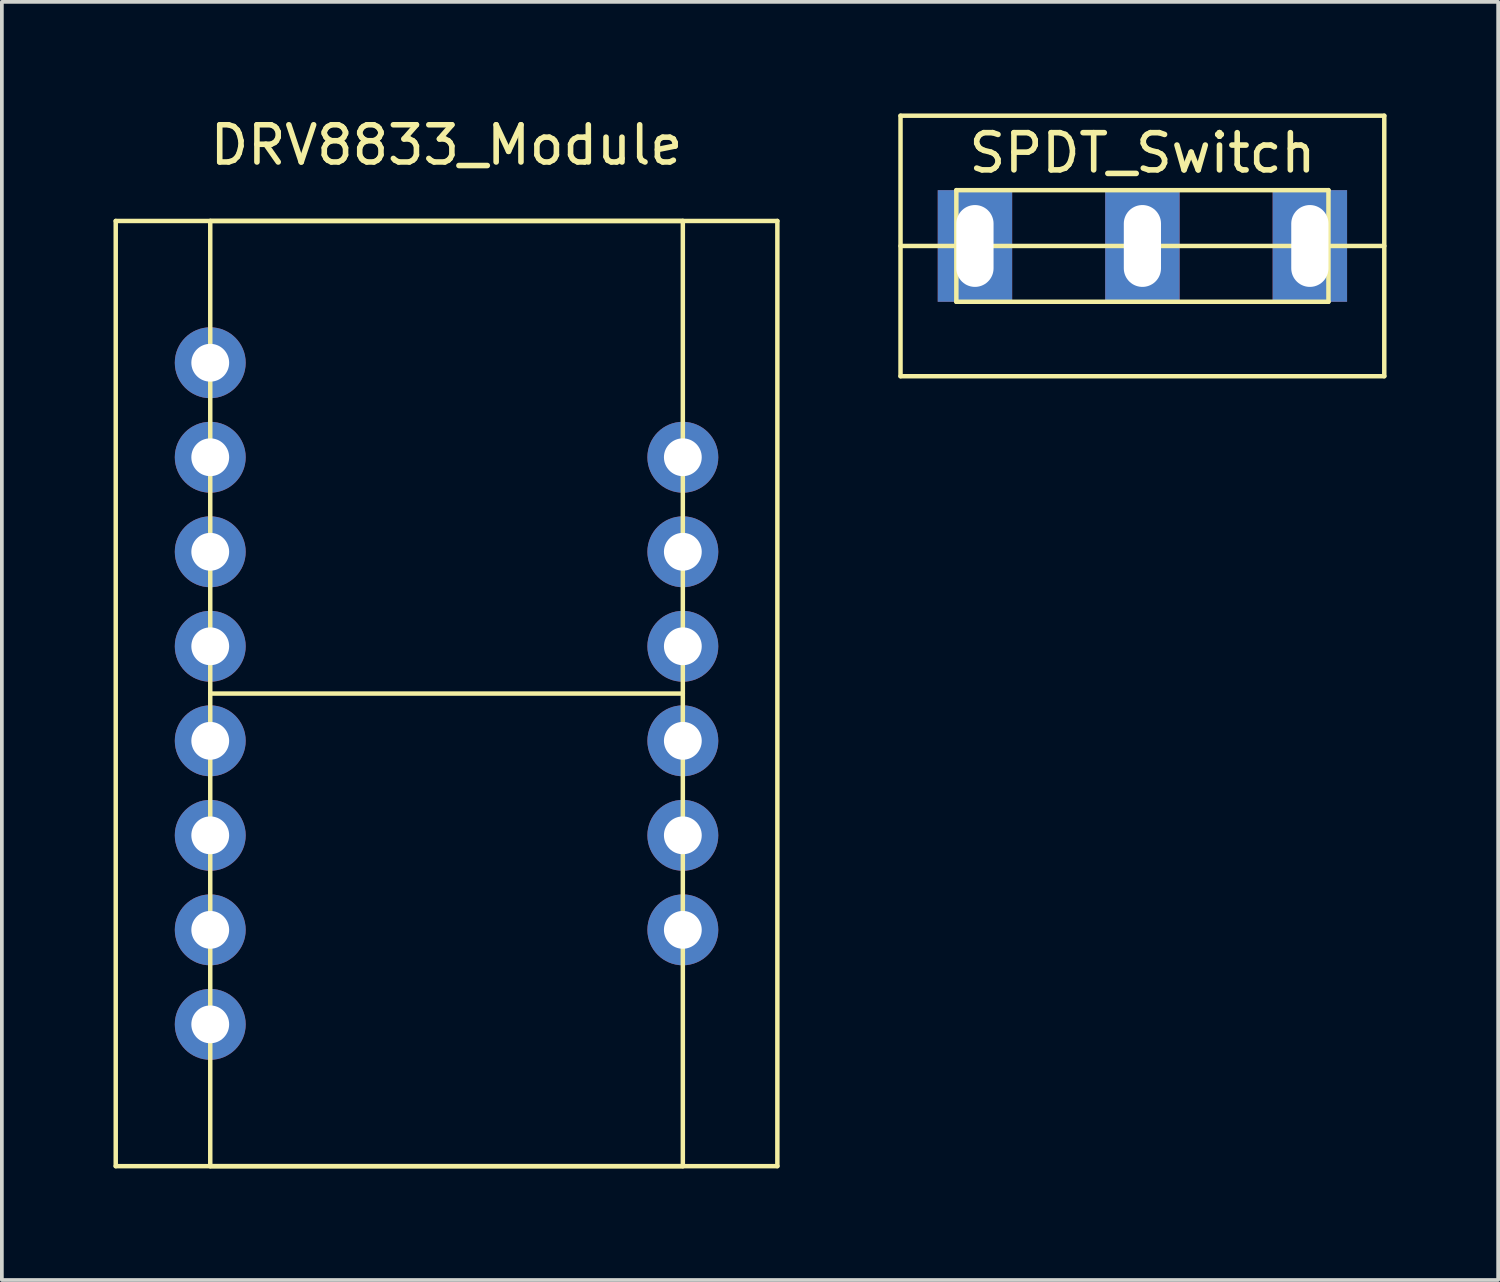
<source format=kicad_pcb>
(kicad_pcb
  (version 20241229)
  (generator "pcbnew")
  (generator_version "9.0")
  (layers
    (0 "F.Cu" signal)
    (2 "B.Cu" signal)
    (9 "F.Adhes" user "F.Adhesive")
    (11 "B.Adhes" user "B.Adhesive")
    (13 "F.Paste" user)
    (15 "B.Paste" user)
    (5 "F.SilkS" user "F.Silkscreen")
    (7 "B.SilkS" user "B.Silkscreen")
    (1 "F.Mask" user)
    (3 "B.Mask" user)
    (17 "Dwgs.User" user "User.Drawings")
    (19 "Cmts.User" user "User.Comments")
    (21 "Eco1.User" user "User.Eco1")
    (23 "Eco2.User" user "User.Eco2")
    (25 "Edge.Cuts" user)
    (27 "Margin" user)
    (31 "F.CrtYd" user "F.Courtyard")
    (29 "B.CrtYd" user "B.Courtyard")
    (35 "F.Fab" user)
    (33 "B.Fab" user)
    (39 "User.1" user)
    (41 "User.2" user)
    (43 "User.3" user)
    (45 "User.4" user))
  (footprint "DRV8833_Module"
    (layer "F.Cu")
    (at 8.95 2.888)
    (property "Reference" "DRV8833_Module" (at 0 -2.04 0) (layer "F.SilkS") (effects (font (size 1 1) (thickness 0.15))))
    (attr through_hole)
    (fp_line (start -8.89 0) (end 8.89 0) (stroke (width 0.12) (type solid)) (layer "F.SilkS"))
    (fp_line (start -8.89 25.4) (end -8.89 0) (stroke (width 0.12) (type solid)) (layer "F.SilkS"))
    (fp_line (start -6.35 0) (end 6.35 0) (stroke (width 0.12) (type solid)) (layer "F.SilkS"))
    (fp_line (start -6.35 25.4) (end -6.35 0) (stroke (width 0.12) (type solid)) (layer "F.SilkS"))
    (fp_line (start 6.35 0) (end 6.35 25.4) (stroke (width 0.12) (type solid)) (layer "F.SilkS"))
    (fp_line (start 6.35 12.7) (end -6.35 12.7) (stroke (width 0.12) (type solid)) (layer "F.SilkS"))
    (fp_line (start 6.35 25.4) (end -6.35 25.4) (stroke (width 0.12) (type solid)) (layer "F.SilkS"))
    (fp_line (start 8.89 0) (end 8.89 25.4) (stroke (width 0.12) (type solid)) (layer "F.SilkS"))
    (fp_line (start 8.89 25.4) (end -8.89 25.4) (stroke (width 0.12) (type solid)) (layer "F.SilkS"))
    (pad "1" thru_hole circle (at -6.35 3.81) (size 1.905 1.905) (drill 1.016) (layers "*.Cu" "*.Mask"))
    (pad "2" thru_hole circle (at -6.35 6.35) (size 1.905 1.905) (drill 1.016) (layers "*.Cu" "*.Mask"))
    (pad "3" thru_hole circle (at -6.35 8.89) (size 1.905 1.905) (drill 1.016) (layers "*.Cu" "*.Mask"))
    (pad "4" thru_hole circle (at -6.35 11.43) (size 1.905 1.905) (drill 1.016) (layers "*.Cu" "*.Mask"))
    (pad "5" thru_hole circle (at -6.35 13.97) (size 1.905 1.905) (drill 1.016) (layers "*.Cu" "*.Mask"))
    (pad "6" thru_hole circle (at -6.35 16.51) (size 1.905 1.905) (drill 1.016) (layers "*.Cu" "*.Mask"))
    (pad "7" thru_hole circle (at -6.35 19.05) (size 1.905 1.905) (drill 1.016) (layers "*.Cu" "*.Mask"))
    (pad "8" thru_hole circle (at -6.35 21.59) (size 1.905 1.905) (drill 1.016) (layers "*.Cu" "*.Mask"))
    (pad "9" thru_hole circle (at 6.35 19.05) (size 1.905 1.905) (drill 1.016) (layers "*.Cu" "*.Mask"))
    (pad "10" thru_hole circle (at 6.35 16.51) (size 1.905 1.905) (drill 1.016) (layers "*.Cu" "*.Mask"))
    (pad "11" thru_hole circle (at 6.35 13.97) (size 1.905 1.905) (drill 1.016) (layers "*.Cu" "*.Mask"))
    (pad "12" thru_hole circle (at 6.35 11.43) (size 1.905 1.905) (drill 1.016) (layers "*.Cu" "*.Mask"))
    (pad "13" thru_hole circle (at 6.35 8.89) (size 1.905 1.905) (drill 1.016) (layers "*.Cu" "*.Mask"))
    (pad "14" thru_hole circle (at 6.35 6.35) (size 1.905 1.905) (drill 1.016) (layers "*.Cu" "*.Mask")))
  (footprint "SPDT_Switch"
    (layer "F.Cu")
    (at 21.15 7.06)
    (property "Reference" "SPDT_Switch" (at 6.5 -6 0) (layer "F.SilkS") (effects (font (size 1 1) (thickness 0.15))))
    (attr through_hole)
    (fp_line (start 0 -7) (end 0 0) (stroke (width 0.12) (type solid)) (layer "F.SilkS"))
    (fp_line (start 0 -3.5) (end 13 -3.5) (stroke (width 0.12) (type solid)) (layer "F.SilkS"))
    (fp_line (start 0 0) (end 13 0) (stroke (width 0.12) (type solid)) (layer "F.SilkS"))
    (fp_line (start 1.5 -5) (end 1.5 -2) (stroke (width 0.12) (type solid)) (layer "F.SilkS"))
    (fp_line (start 1.5 -2) (end 11.5 -2) (stroke (width 0.12) (type solid)) (layer "F.SilkS"))
    (fp_line (start 11.5 -5) (end 1.5 -5) (stroke (width 0.12) (type solid)) (layer "F.SilkS"))
    (fp_line (start 11.5 -2) (end 11.5 -5) (stroke (width 0.12) (type solid)) (layer "F.SilkS"))
    (fp_line (start 13 -7) (end 0 -7) (stroke (width 0.12) (type solid)) (layer "F.SilkS"))
    (fp_line (start 13 0) (end 13 -7) (stroke (width 0.12) (type solid)) (layer "F.SilkS"))
    (pad "1" thru_hole rect (at 2 -3.5) (size 2 3) (drill oval 1 2.2) (layers "*.Cu" "*.Mask"))
    (pad "2" thru_hole rect (at 6.5 -3.5) (size 2 3) (drill oval 1 2.2) (layers "*.Cu" "*.Mask"))
    (pad "3" thru_hole rect (at 11 -3.5) (size 2 3) (drill oval 1 2.2) (layers "*.Cu" "*.Mask")))
  (gr_rect
    (start -3 -3)
    (end 37.21 31.348)
    (stroke (width 0.1) (type default))
    (fill no)
    (layer "Edge.Cuts")))
</source>
